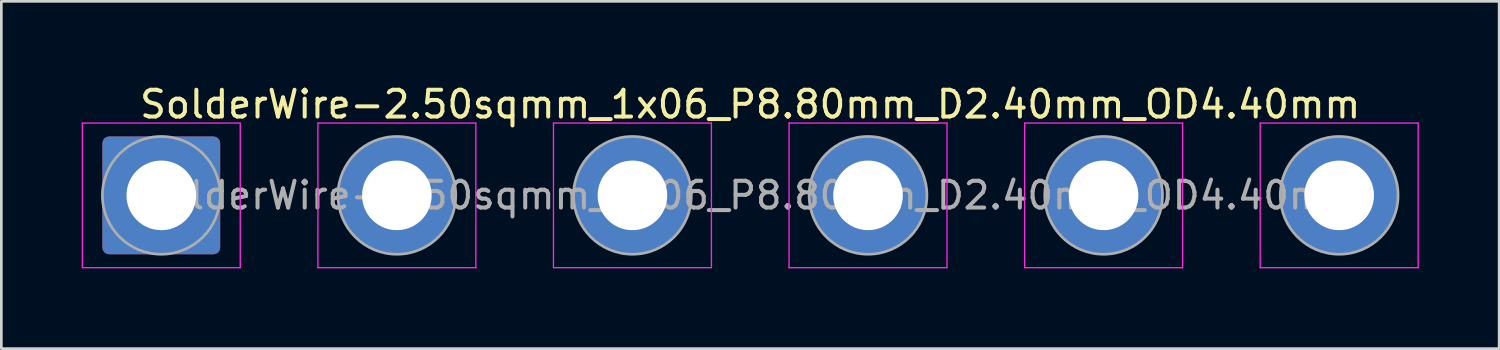
<source format=kicad_pcb>
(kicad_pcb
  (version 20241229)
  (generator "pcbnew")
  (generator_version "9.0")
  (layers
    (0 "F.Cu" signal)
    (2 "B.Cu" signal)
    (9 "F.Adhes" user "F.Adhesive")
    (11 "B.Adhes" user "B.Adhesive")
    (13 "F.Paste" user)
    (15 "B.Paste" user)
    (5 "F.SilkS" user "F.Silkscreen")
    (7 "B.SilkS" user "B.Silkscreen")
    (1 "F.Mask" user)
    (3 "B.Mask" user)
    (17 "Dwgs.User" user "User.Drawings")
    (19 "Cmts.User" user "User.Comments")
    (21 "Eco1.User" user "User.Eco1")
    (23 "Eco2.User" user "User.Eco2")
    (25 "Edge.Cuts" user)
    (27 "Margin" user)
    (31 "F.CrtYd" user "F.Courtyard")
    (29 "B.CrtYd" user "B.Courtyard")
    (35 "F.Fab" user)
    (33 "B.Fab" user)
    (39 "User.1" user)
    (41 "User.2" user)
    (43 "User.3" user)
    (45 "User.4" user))
  (footprint "SolderWire-2.50sqmm_1x06_P8.80mm_D2.40mm_OD4.40mm"
    (layer "F.Cu")
    (at 2.975 4.248)
    (property "Reference" "SolderWire-2.50sqmm_1x06_P8.80mm_D2.40mm_OD4.40mm" (at 22 -3.4 0) (layer "F.SilkS") (effects (font (size 1 1) (thickness 0.15))))
    (attr exclude_from_pos_files exclude_from_bom)
    (fp_line (start -2.95 -2.7) (end -2.95 2.7) (stroke (width 0.05) (type solid)) (layer "F.CrtYd"))
    (fp_line (start -2.95 2.7) (end 2.95 2.7) (stroke (width 0.05) (type solid)) (layer "F.CrtYd"))
    (fp_line (start 2.95 -2.7) (end -2.95 -2.7) (stroke (width 0.05) (type solid)) (layer "F.CrtYd"))
    (fp_line (start 2.95 2.7) (end 2.95 -2.7) (stroke (width 0.05) (type solid)) (layer "F.CrtYd"))
    (fp_line (start 5.85 -2.7) (end 5.85 2.7) (stroke (width 0.05) (type solid)) (layer "F.CrtYd"))
    (fp_line (start 5.85 2.7) (end 11.75 2.7) (stroke (width 0.05) (type solid)) (layer "F.CrtYd"))
    (fp_line (start 11.75 -2.7) (end 5.85 -2.7) (stroke (width 0.05) (type solid)) (layer "F.CrtYd"))
    (fp_line (start 11.75 2.7) (end 11.75 -2.7) (stroke (width 0.05) (type solid)) (layer "F.CrtYd"))
    (fp_line (start 14.65 -2.7) (end 14.65 2.7) (stroke (width 0.05) (type solid)) (layer "F.CrtYd"))
    (fp_line (start 14.65 2.7) (end 20.55 2.7) (stroke (width 0.05) (type solid)) (layer "F.CrtYd"))
    (fp_line (start 20.55 -2.7) (end 14.65 -2.7) (stroke (width 0.05) (type solid)) (layer "F.CrtYd"))
    (fp_line (start 20.55 2.7) (end 20.55 -2.7) (stroke (width 0.05) (type solid)) (layer "F.CrtYd"))
    (fp_line (start 23.45 -2.7) (end 23.45 2.7) (stroke (width 0.05) (type solid)) (layer "F.CrtYd"))
    (fp_line (start 23.45 2.7) (end 29.35 2.7) (stroke (width 0.05) (type solid)) (layer "F.CrtYd"))
    (fp_line (start 29.35 -2.7) (end 23.45 -2.7) (stroke (width 0.05) (type solid)) (layer "F.CrtYd"))
    (fp_line (start 29.35 2.7) (end 29.35 -2.7) (stroke (width 0.05) (type solid)) (layer "F.CrtYd"))
    (fp_line (start 32.25 -2.7) (end 32.25 2.7) (stroke (width 0.05) (type solid)) (layer "F.CrtYd"))
    (fp_line (start 32.25 2.7) (end 38.15 2.7) (stroke (width 0.05) (type solid)) (layer "F.CrtYd"))
    (fp_line (start 38.15 -2.7) (end 32.25 -2.7) (stroke (width 0.05) (type solid)) (layer "F.CrtYd"))
    (fp_line (start 38.15 2.7) (end 38.15 -2.7) (stroke (width 0.05) (type solid)) (layer "F.CrtYd"))
    (fp_line (start 41.05 -2.7) (end 41.05 2.7) (stroke (width 0.05) (type solid)) (layer "F.CrtYd"))
    (fp_line (start 41.05 2.7) (end 46.95 2.7) (stroke (width 0.05) (type solid)) (layer "F.CrtYd"))
    (fp_line (start 46.95 -2.7) (end 41.05 -2.7) (stroke (width 0.05) (type solid)) (layer "F.CrtYd"))
    (fp_line (start 46.95 2.7) (end 46.95 -2.7) (stroke (width 0.05) (type solid)) (layer "F.CrtYd"))
    (fp_circle (center 0 0) (end 2.2 0) (stroke (width 0.1) (type solid)) (fill no) (layer "F.Fab"))
    (fp_circle (center 8.8 0) (end 11 0) (stroke (width 0.1) (type solid)) (fill no) (layer "F.Fab"))
    (fp_circle (center 17.6 0) (end 19.8 0) (stroke (width 0.1) (type solid)) (fill no) (layer "F.Fab"))
    (fp_circle (center 26.4 0) (end 28.6 0) (stroke (width 0.1) (type solid)) (fill no) (layer "F.Fab"))
    (fp_circle (center 35.2 0) (end 37.4 0) (stroke (width 0.1) (type solid)) (fill no) (layer "F.Fab"))
    (fp_circle (center 44 0) (end 46.2 0) (stroke (width 0.1) (type solid)) (fill no) (layer "F.Fab"))
    (fp_text user "${REFERENCE}" (at 22 0 0) (layer "F.Fab") (effects (font (size 1 1) (thickness 0.15))))
    (pad "1" thru_hole roundrect (at 0 0) (size 4.4 4.4) (drill 2.6) (layers "*.Cu" "*.Mask") (roundrect_rratio 0.057))
    (pad "2" thru_hole circle (at 8.8 0) (size 4.4 4.4) (drill 2.6) (layers "*.Cu" "*.Mask"))
    (pad "3" thru_hole circle (at 17.6 0) (size 4.4 4.4) (drill 2.6) (layers "*.Cu" "*.Mask"))
    (pad "4" thru_hole circle (at 26.4 0) (size 4.4 4.4) (drill 2.6) (layers "*.Cu" "*.Mask"))
    (pad "5" thru_hole circle (at 35.2 0) (size 4.4 4.4) (drill 2.6) (layers "*.Cu" "*.Mask"))
    (pad "6" thru_hole circle (at 44 0) (size 4.4 4.4) (drill 2.6) (layers "*.Cu" "*.Mask")))
  (gr_rect
    (start -3 -3)
    (end 52.95 9.973)
    (stroke (width 0.1) (type default))
    (fill no)
    (layer "Edge.Cuts")))
</source>
